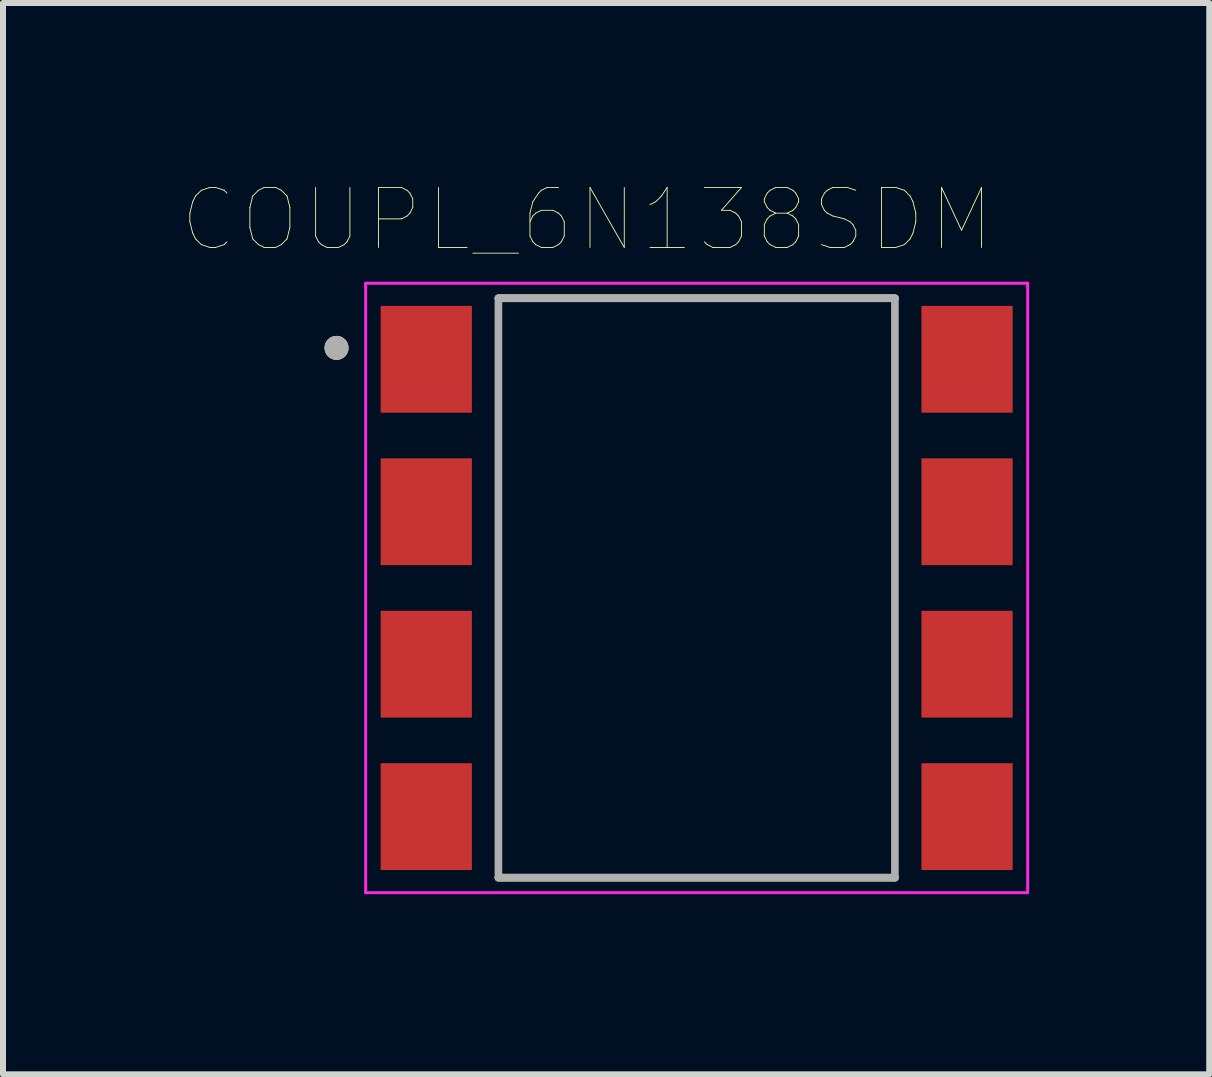
<source format=kicad_pcb>
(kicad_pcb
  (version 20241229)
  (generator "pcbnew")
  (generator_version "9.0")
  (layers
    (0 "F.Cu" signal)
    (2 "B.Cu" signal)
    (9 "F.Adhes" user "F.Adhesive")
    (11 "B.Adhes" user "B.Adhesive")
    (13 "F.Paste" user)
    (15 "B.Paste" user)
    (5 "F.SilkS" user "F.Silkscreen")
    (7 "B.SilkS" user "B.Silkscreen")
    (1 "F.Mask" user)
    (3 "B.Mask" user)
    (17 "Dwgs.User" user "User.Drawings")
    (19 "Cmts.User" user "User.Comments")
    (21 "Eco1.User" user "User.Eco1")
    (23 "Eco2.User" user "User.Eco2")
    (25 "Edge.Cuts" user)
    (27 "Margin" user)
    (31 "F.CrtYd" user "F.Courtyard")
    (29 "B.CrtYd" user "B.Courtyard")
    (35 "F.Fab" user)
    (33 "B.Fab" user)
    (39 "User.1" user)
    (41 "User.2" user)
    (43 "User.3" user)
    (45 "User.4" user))
  (footprint "COUPL_6N138SDM"
    (layer "F.Cu")
    (at 8.557 6.746)
    (property "Reference" "COUPL_6N138SDM" (at -1.825 -6.135 0) (layer "F.SilkS") (effects (font (size 1 1) (thickness 0.015))))
    (attr through_hole)
    (fp_line (start -3.303 -4.827) (end 3.303 -4.827) (stroke (width 0.127) (type solid)) (layer "F.SilkS"))
    (fp_line (start -3.303 4.827) (end 3.303 4.827) (stroke (width 0.127) (type solid)) (layer "F.SilkS"))
    (fp_circle (center -6 -4) (end -5.9 -4) (stroke (width 0.2) (type solid)) (fill no) (layer "F.SilkS"))
    (fp_line (start -5.515 -5.077) (end 5.515 -5.077) (stroke (width 0.05) (type solid)) (layer "F.CrtYd"))
    (fp_line (start -5.515 5.077) (end -5.515 -5.077) (stroke (width 0.05) (type solid)) (layer "F.CrtYd"))
    (fp_line (start 5.515 -5.077) (end 5.515 5.077) (stroke (width 0.05) (type solid)) (layer "F.CrtYd"))
    (fp_line (start 5.515 5.077) (end -5.515 5.077) (stroke (width 0.05) (type solid)) (layer "F.CrtYd"))
    (fp_line (start -3.303 -4.827) (end -3.303 4.827) (stroke (width 0.127) (type solid)) (layer "F.Fab"))
    (fp_line (start -3.303 -4.827) (end 3.303 -4.827) (stroke (width 0.127) (type solid)) (layer "F.Fab"))
    (fp_line (start 3.303 4.827) (end -3.303 4.827) (stroke (width 0.127) (type solid)) (layer "F.Fab"))
    (fp_line (start 3.303 4.827) (end 3.303 -4.827) (stroke (width 0.127) (type solid)) (layer "F.Fab"))
    (fp_circle (center -6 -4) (end -5.9 -4) (stroke (width 0.2) (type solid)) (fill no) (layer "F.Fab"))
    (pad "1" smd rect (at -4.505 -3.81) (size 1.52 1.78) (layers "F.Cu" "F.Mask" "F.Paste"))
    (pad "2" smd rect (at -4.505 -1.27) (size 1.52 1.78) (layers "F.Cu" "F.Mask" "F.Paste"))
    (pad "3" smd rect (at -4.505 1.27) (size 1.52 1.78) (layers "F.Cu" "F.Mask" "F.Paste"))
    (pad "4" smd rect (at -4.505 3.81) (size 1.52 1.78) (layers "F.Cu" "F.Mask" "F.Paste"))
    (pad "5" smd rect (at 4.505 3.81) (size 1.52 1.78) (layers "F.Cu" "F.Mask" "F.Paste"))
    (pad "6" smd rect (at 4.505 1.27) (size 1.52 1.78) (layers "F.Cu" "F.Mask" "F.Paste"))
    (pad "7" smd rect (at 4.505 -1.27) (size 1.52 1.78) (layers "F.Cu" "F.Mask" "F.Paste"))
    (pad "8" smd rect (at 4.505 -3.81) (size 1.52 1.78) (layers "F.Cu" "F.Mask" "F.Paste")))
  (gr_rect
    (start -3 -3)
    (end 17.097 14.849)
    (stroke (width 0.1) (type default))
    (fill no)
    (layer "Edge.Cuts")))
</source>
